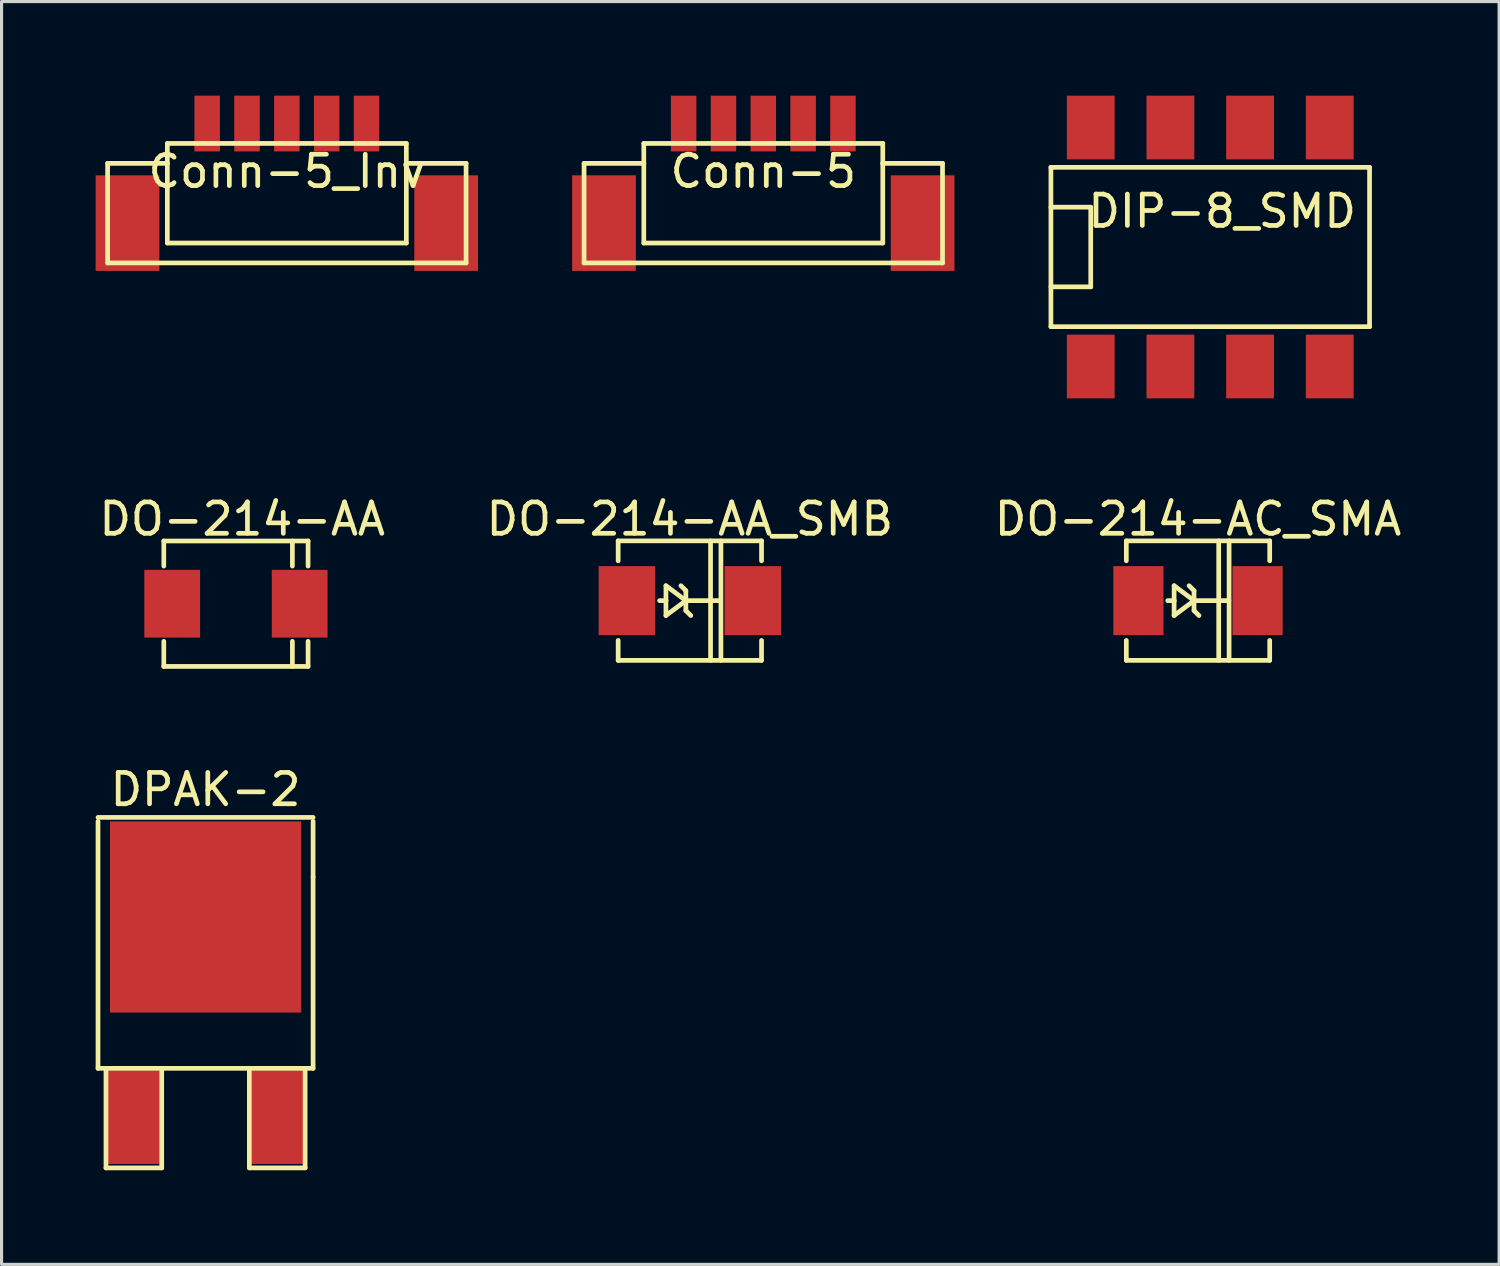
<source format=kicad_pcb>
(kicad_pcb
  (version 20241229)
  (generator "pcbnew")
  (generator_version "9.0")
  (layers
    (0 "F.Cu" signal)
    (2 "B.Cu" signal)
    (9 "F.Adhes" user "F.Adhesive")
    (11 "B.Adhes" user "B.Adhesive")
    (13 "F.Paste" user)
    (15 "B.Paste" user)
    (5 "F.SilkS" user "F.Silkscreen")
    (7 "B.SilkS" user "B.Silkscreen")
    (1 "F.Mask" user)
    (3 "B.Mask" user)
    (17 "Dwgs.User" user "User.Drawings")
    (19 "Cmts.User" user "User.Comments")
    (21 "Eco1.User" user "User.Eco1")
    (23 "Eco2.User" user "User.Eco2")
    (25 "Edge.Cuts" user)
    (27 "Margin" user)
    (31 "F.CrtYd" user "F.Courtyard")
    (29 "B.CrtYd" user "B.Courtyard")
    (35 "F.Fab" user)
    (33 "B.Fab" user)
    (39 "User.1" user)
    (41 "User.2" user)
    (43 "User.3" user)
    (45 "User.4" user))
  (footprint "DO-214-AC_SMA"
    (layer "F.Cu")
    (at 35.149 16.101)
    (property "Reference" "DO-214-AC_SMA" (at 0 -2.601 0) (layer "F.SilkS") (effects (font (size 1 1) (thickness 0.15))))
    (attr smd)
    (fp_line (start -2.286 -1.905) (end 2.286 -1.905) (stroke (width 0.15) (type solid)) (layer "F.SilkS"))
    (fp_line (start -2.286 -1.27) (end -2.286 -1.905) (stroke (width 0.15) (type solid)) (layer "F.SilkS"))
    (fp_line (start -2.286 1.27) (end -2.286 1.905) (stroke (width 0.15) (type solid)) (layer "F.SilkS"))
    (fp_line (start -2.286 1.905) (end 2.286 1.905) (stroke (width 0.15) (type solid)) (layer "F.SilkS"))
    (fp_line (start -0.762 -0.475) (end -0.762 0) (stroke (width 0.15) (type solid)) (layer "F.SilkS"))
    (fp_line (start -0.762 0) (end -0.965 0) (stroke (width 0.15) (type solid)) (layer "F.SilkS"))
    (fp_line (start -0.762 0) (end -0.762 0.475) (stroke (width 0.15) (type solid)) (layer "F.SilkS"))
    (fp_line (start -0.762 0.475) (end -0.127 0) (stroke (width 0.15) (type solid)) (layer "F.SilkS"))
    (fp_line (start -0.127 -0.318) (end -0.284 -0.475) (stroke (width 0.15) (type solid)) (layer "F.SilkS"))
    (fp_line (start -0.127 0) (end -0.762 -0.475) (stroke (width 0.15) (type solid)) (layer "F.SilkS"))
    (fp_line (start -0.127 0) (end -0.127 -0.318) (stroke (width 0.15) (type solid)) (layer "F.SilkS"))
    (fp_line (start -0.127 0) (end -0.127 0.318) (stroke (width 0.15) (type solid)) (layer "F.SilkS"))
    (fp_line (start -0.127 0) (end 0.983 0) (stroke (width 0.15) (type solid)) (layer "F.SilkS"))
    (fp_line (start -0.127 0.318) (end 0.03 0.475) (stroke (width 0.15) (type solid)) (layer "F.SilkS"))
    (fp_line (start 0.66 1.905) (end 0.66 -1.905) (stroke (width 0.15) (type solid)) (layer "F.SilkS"))
    (fp_line (start 0.991 1.905) (end 0.991 -1.905) (stroke (width 0.15) (type solid)) (layer "F.SilkS"))
    (fp_line (start 2.286 -1.905) (end 2.286 -1.27) (stroke (width 0.15) (type solid)) (layer "F.SilkS"))
    (fp_line (start 2.286 1.905) (end 2.286 1.27) (stroke (width 0.15) (type solid)) (layer "F.SilkS"))
    (pad "1" smd rect (at -1.9 0) (size 1.6 2.2) (layers "F.Cu" "F.Mask" "F.Paste"))
    (pad "2" smd rect (at 1.9 0) (size 1.6 2.2) (layers "F.Cu" "F.Mask" "F.Paste")))
  (footprint "Conn-5_Inv"
    (layer "F.Cu")
    (at 6.096 0.889)
    (property "Reference" "Conn-5_Inv" (at 0 1.524 0) (layer "F.SilkS") (effects (font (size 1 1) (thickness 0.15))))
    (attr smd)
    (fp_line (start -5.715 1.27) (end -3.81 1.27) (stroke (width 0.15) (type solid)) (layer "F.SilkS"))
    (fp_line (start -5.715 4.445) (end -5.715 1.27) (stroke (width 0.15) (type solid)) (layer "F.SilkS"))
    (fp_line (start -3.81 0.635) (end 3.81 0.635) (stroke (width 0.15) (type solid)) (layer "F.SilkS"))
    (fp_line (start -3.81 1.27) (end -3.81 0.635) (stroke (width 0.15) (type solid)) (layer "F.SilkS"))
    (fp_line (start -3.81 3.81) (end -3.81 1.27) (stroke (width 0.15) (type solid)) (layer "F.SilkS"))
    (fp_line (start 3.81 0.635) (end 3.81 1.27) (stroke (width 0.15) (type solid)) (layer "F.SilkS"))
    (fp_line (start 3.81 1.27) (end 3.81 3.81) (stroke (width 0.15) (type solid)) (layer "F.SilkS"))
    (fp_line (start 3.81 1.27) (end 5.715 1.27) (stroke (width 0.15) (type solid)) (layer "F.SilkS"))
    (fp_line (start 3.81 3.81) (end -3.81 3.81) (stroke (width 0.15) (type solid)) (layer "F.SilkS"))
    (fp_line (start 5.715 4.445) (end -5.715 4.445) (stroke (width 0.15) (type solid)) (layer "F.SilkS"))
    (fp_line (start 5.715 4.445) (end 5.715 1.27) (stroke (width 0.15) (type solid)) (layer "F.SilkS"))
    (pad "" smd rect (at -5.08 3.175) (size 2.032 3.048) (layers "F.Cu" "F.Mask" "F.Paste"))
    (pad "" smd rect (at 5.08 3.175) (size 2.032 3.048) (layers "F.Cu" "F.Mask" "F.Paste"))
    (pad "1" smd rect (at -2.54 0) (size 0.813 1.778) (layers "F.Cu" "F.Mask" "F.Paste"))
    (pad "2" smd rect (at -1.27 0) (size 0.813 1.778) (layers "F.Cu" "F.Mask" "F.Paste"))
    (pad "3" smd rect (at 0 0) (size 0.813 1.778) (layers "F.Cu" "F.Mask" "F.Paste"))
    (pad "4" smd rect (at 1.27 0) (size 0.813 1.778) (layers "F.Cu" "F.Mask" "F.Paste"))
    (pad "5" smd rect (at 2.54 0) (size 0.813 1.778) (layers "F.Cu" "F.Mask" "F.Paste")))
  (footprint "DO-214-AA_SMB"
    (layer "F.Cu")
    (at 18.946 16.101)
    (property "Reference" "DO-214-AA_SMB" (at 0 -2.601 0) (layer "F.SilkS") (effects (font (size 1 1) (thickness 0.15))))
    (attr smd)
    (fp_line (start -2.286 -1.905) (end 2.286 -1.905) (stroke (width 0.15) (type solid)) (layer "F.SilkS"))
    (fp_line (start -2.286 -1.27) (end -2.286 -1.905) (stroke (width 0.15) (type solid)) (layer "F.SilkS"))
    (fp_line (start -2.286 1.27) (end -2.286 1.905) (stroke (width 0.15) (type solid)) (layer "F.SilkS"))
    (fp_line (start -2.286 1.905) (end 2.286 1.905) (stroke (width 0.15) (type solid)) (layer "F.SilkS"))
    (fp_line (start -0.762 -0.475) (end -0.762 0) (stroke (width 0.15) (type solid)) (layer "F.SilkS"))
    (fp_line (start -0.762 0) (end -0.965 0) (stroke (width 0.15) (type solid)) (layer "F.SilkS"))
    (fp_line (start -0.762 0) (end -0.762 0.475) (stroke (width 0.15) (type solid)) (layer "F.SilkS"))
    (fp_line (start -0.762 0.475) (end -0.127 0) (stroke (width 0.15) (type solid)) (layer "F.SilkS"))
    (fp_line (start -0.127 -0.318) (end -0.284 -0.475) (stroke (width 0.15) (type solid)) (layer "F.SilkS"))
    (fp_line (start -0.127 0) (end -0.762 -0.475) (stroke (width 0.15) (type solid)) (layer "F.SilkS"))
    (fp_line (start -0.127 0) (end -0.127 -0.318) (stroke (width 0.15) (type solid)) (layer "F.SilkS"))
    (fp_line (start -0.127 0) (end -0.127 0.318) (stroke (width 0.15) (type solid)) (layer "F.SilkS"))
    (fp_line (start -0.127 0) (end 0.983 0) (stroke (width 0.15) (type solid)) (layer "F.SilkS"))
    (fp_line (start -0.127 0.318) (end 0.03 0.475) (stroke (width 0.15) (type solid)) (layer "F.SilkS"))
    (fp_line (start 0.66 1.905) (end 0.66 -1.905) (stroke (width 0.15) (type solid)) (layer "F.SilkS"))
    (fp_line (start 0.991 1.905) (end 0.991 -1.905) (stroke (width 0.15) (type solid)) (layer "F.SilkS"))
    (fp_line (start 2.286 -1.905) (end 2.286 -1.27) (stroke (width 0.15) (type solid)) (layer "F.SilkS"))
    (fp_line (start 2.286 1.905) (end 2.286 1.27) (stroke (width 0.15) (type solid)) (layer "F.SilkS"))
    (pad "1" smd rect (at -2.007 0) (size 1.801 2.2) (layers "F.Cu" "F.Mask" "F.Paste"))
    (pad "2" smd rect (at 2.007 0) (size 1.801 2.2) (layers "F.Cu" "F.Mask" "F.Paste")))
  (footprint "DPAK-2"
    (layer "F.Cu")
    (at 3.504 32.538)
    (property "Reference" "DPAK-2" (at 0 -10.414 0) (layer "F.SilkS") (effects (font (size 1 1) (thickness 0.15))))
    (attr smd)
    (fp_line (start -3.429 -9.525) (end 3.429 -9.525) (stroke (width 0.15) (type solid)) (layer "F.SilkS"))
    (fp_line (start -3.429 -1.524) (end -3.429 -9.398) (stroke (width 0.15) (type solid)) (layer "F.SilkS"))
    (fp_line (start -3.175 -1.524) (end -3.175 1.651) (stroke (width 0.15) (type solid)) (layer "F.SilkS"))
    (fp_line (start -3.175 1.651) (end -1.397 1.651) (stroke (width 0.15) (type solid)) (layer "F.SilkS"))
    (fp_line (start -1.397 1.651) (end -1.397 -1.524) (stroke (width 0.15) (type solid)) (layer "F.SilkS"))
    (fp_line (start 1.397 -1.524) (end 1.397 1.651) (stroke (width 0.15) (type solid)) (layer "F.SilkS"))
    (fp_line (start 1.397 1.651) (end 3.175 1.651) (stroke (width 0.15) (type solid)) (layer "F.SilkS"))
    (fp_line (start 3.175 1.651) (end 3.175 -1.524) (stroke (width 0.15) (type solid)) (layer "F.SilkS"))
    (fp_line (start 3.429 -9.398) (end 3.429 -7.62) (stroke (width 0.15) (type solid)) (layer "F.SilkS"))
    (fp_line (start 3.429 -7.62) (end 3.429 -1.524) (stroke (width 0.15) (type solid)) (layer "F.SilkS"))
    (fp_line (start 3.429 -1.524) (end -3.429 -1.524) (stroke (width 0.15) (type solid)) (layer "F.SilkS"))
    (pad "1" smd rect (at -2.286 0) (size 1.651 3.048) (layers "F.Cu" "F.Mask" "F.Paste"))
    (pad "2" smd rect (at 0 -6.35) (size 6.096 6.096) (layers "F.Cu" "F.Mask" "F.Paste"))
    (pad "3" smd rect (at 2.286 0) (size 1.651 3.048) (layers "F.Cu" "F.Mask" "F.Paste")))
  (footprint "DIP-8_SMD"
    (layer "F.Cu")
    (at 35.539 4.826)
    (property "Reference" "DIP-8_SMD" (at 0.381 -1.143 0) (layer "F.SilkS") (effects (font (size 1 1) (thickness 0.15))))
    (attr smd)
    (fp_line (start -5.08 -2.54) (end -5.08 2.54) (stroke (width 0.15) (type solid)) (layer "F.SilkS"))
    (fp_line (start -5.08 -1.27) (end -3.81 -1.27) (stroke (width 0.15) (type solid)) (layer "F.SilkS"))
    (fp_line (start -5.08 2.54) (end 5.08 2.54) (stroke (width 0.15) (type solid)) (layer "F.SilkS"))
    (fp_line (start -3.81 -1.27) (end -3.81 1.27) (stroke (width 0.15) (type solid)) (layer "F.SilkS"))
    (fp_line (start -3.81 1.27) (end -5.08 1.27) (stroke (width 0.15) (type solid)) (layer "F.SilkS"))
    (fp_line (start 5.08 -2.54) (end -5.08 -2.54) (stroke (width 0.15) (type solid)) (layer "F.SilkS"))
    (fp_line (start 5.08 2.54) (end 5.08 -2.54) (stroke (width 0.15) (type solid)) (layer "F.SilkS"))
    (pad "1" smd rect (at -3.81 3.81) (size 1.524 2.032) (layers "F.Cu" "F.Mask" "F.Paste"))
    (pad "2" smd rect (at -1.27 3.81) (size 1.524 2.032) (layers "F.Cu" "F.Mask" "F.Paste"))
    (pad "3" smd rect (at 1.27 3.81) (size 1.524 2.032) (layers "F.Cu" "F.Mask" "F.Paste"))
    (pad "4" smd rect (at 3.81 3.81) (size 1.524 2.032) (layers "F.Cu" "F.Mask" "F.Paste"))
    (pad "5" smd rect (at 3.81 -3.81) (size 1.524 2.032) (layers "F.Cu" "F.Mask" "F.Paste"))
    (pad "6" smd rect (at 1.27 -3.81) (size 1.524 2.032) (layers "F.Cu" "F.Mask" "F.Paste"))
    (pad "7" smd rect (at -1.27 -3.81) (size 1.524 2.032) (layers "F.Cu" "F.Mask" "F.Paste"))
    (pad "8" smd rect (at -3.81 -3.81) (size 1.524 2.032) (layers "F.Cu" "F.Mask" "F.Paste")))
  (footprint "Conn-5"
    (layer "F.Cu")
    (at 21.288 0.889)
    (property "Reference" "Conn-5" (at 0 1.524 0) (layer "F.SilkS") (effects (font (size 1 1) (thickness 0.15))))
    (attr smd)
    (fp_line (start -5.715 1.27) (end -3.81 1.27) (stroke (width 0.15) (type solid)) (layer "F.SilkS"))
    (fp_line (start -5.715 4.445) (end -5.715 1.27) (stroke (width 0.15) (type solid)) (layer "F.SilkS"))
    (fp_line (start -3.81 0.635) (end 3.81 0.635) (stroke (width 0.15) (type solid)) (layer "F.SilkS"))
    (fp_line (start -3.81 1.27) (end -3.81 0.635) (stroke (width 0.15) (type solid)) (layer "F.SilkS"))
    (fp_line (start -3.81 3.81) (end -3.81 1.27) (stroke (width 0.15) (type solid)) (layer "F.SilkS"))
    (fp_line (start 3.81 0.635) (end 3.81 1.27) (stroke (width 0.15) (type solid)) (layer "F.SilkS"))
    (fp_line (start 3.81 1.27) (end 3.81 3.81) (stroke (width 0.15) (type solid)) (layer "F.SilkS"))
    (fp_line (start 3.81 1.27) (end 5.715 1.27) (stroke (width 0.15) (type solid)) (layer "F.SilkS"))
    (fp_line (start 3.81 3.81) (end -3.81 3.81) (stroke (width 0.15) (type solid)) (layer "F.SilkS"))
    (fp_line (start 5.715 4.445) (end -5.715 4.445) (stroke (width 0.15) (type solid)) (layer "F.SilkS"))
    (fp_line (start 5.715 4.445) (end 5.715 1.27) (stroke (width 0.15) (type solid)) (layer "F.SilkS"))
    (pad "" smd rect (at -5.08 3.175) (size 2.032 3.048) (layers "F.Cu" "F.Mask" "F.Paste"))
    (pad "" smd rect (at 5.08 3.175) (size 2.032 3.048) (layers "F.Cu" "F.Mask" "F.Paste"))
    (pad "1" smd rect (at -2.54 0) (size 0.813 1.778) (layers "F.Cu" "F.Mask" "F.Paste"))
    (pad "2" smd rect (at -1.27 0) (size 0.813 1.778) (layers "F.Cu" "F.Mask" "F.Paste"))
    (pad "3" smd rect (at 0 0) (size 0.813 1.778) (layers "F.Cu" "F.Mask" "F.Paste"))
    (pad "4" smd rect (at 1.27 0) (size 0.813 1.778) (layers "F.Cu" "F.Mask" "F.Paste"))
    (pad "5" smd rect (at 2.54 0) (size 0.813 1.778) (layers "F.Cu" "F.Mask" "F.Paste")))
  (footprint "DO-214-AA"
    (layer "F.Cu")
    (at 4.473 16.2)
    (property "Reference" "DO-214-AA" (at 0.2 -2.7 0) (layer "F.SilkS") (effects (font (size 1 1) (thickness 0.15))))
    (attr smd)
    (fp_line (start -2.3 -2) (end 2.3 -2) (stroke (width 0.15) (type solid)) (layer "F.SilkS"))
    (fp_line (start -2.3 -1.2) (end -2.3 -2) (stroke (width 0.15) (type solid)) (layer "F.SilkS"))
    (fp_line (start -2.3 1.2) (end -2.3 2) (stroke (width 0.15) (type solid)) (layer "F.SilkS"))
    (fp_line (start -2.3 2) (end 2.3 2) (stroke (width 0.15) (type solid)) (layer "F.SilkS"))
    (fp_line (start 1.8 -2) (end 1.8 -1.2) (stroke (width 0.15) (type solid)) (layer "F.SilkS"))
    (fp_line (start 1.8 2) (end 1.8 1.2) (stroke (width 0.15) (type solid)) (layer "F.SilkS"))
    (fp_line (start 2.3 -2) (end 2.3 -1.2) (stroke (width 0.15) (type solid)) (layer "F.SilkS"))
    (fp_line (start 2.3 2) (end 2.3 1.2) (stroke (width 0.15) (type solid)) (layer "F.SilkS"))
    (pad "1" smd rect (at -2.032 0) (size 1.778 2.159) (layers "F.Cu" "F.Mask" "F.Paste"))
    (pad "2" smd rect (at 2.032 0) (size 1.778 2.159) (layers "F.Cu" "F.Mask" "F.Paste")))
  (gr_rect
    (start -3 -3)
    (end 44.75 37.264)
    (stroke (width 0.1) (type default))
    (fill no)
    (layer "Edge.Cuts")))
</source>
